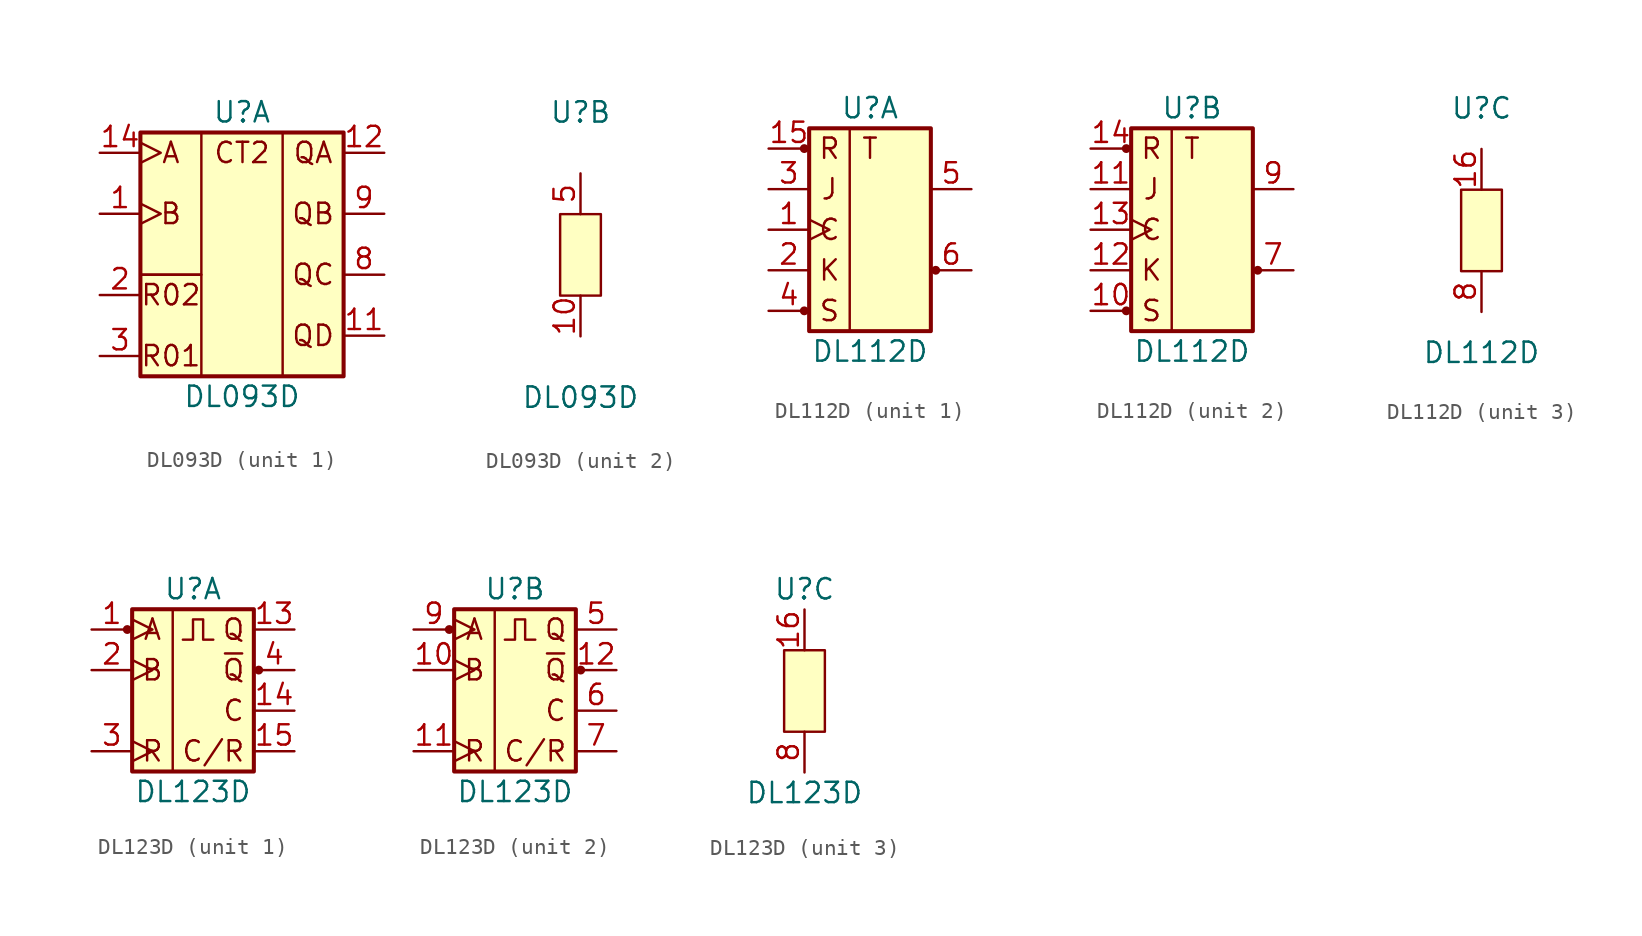
<source format=kicad_sym>
(kicad_symbol_lib
  (version 20211014)
  (generator kicad_symbol_editor)
  (symbol "DL093D"
    (pin_names
      (offset 1.016) hide)
    (property "Reference" "U"
      (at 0 8.89 0)
      (effects (font (size 1.27 1.27))))
    (property "Value" "DL093D"
      (at 0 -8.89 0)
      (effects (font (size 1.27 1.27))))
    (property "ki_locked" ""
      (at 0 0 0)
      (effects (font (size 1.27 1.27))))
    (symbol "DL093D_1_0"
      (text "A" (at -4.445 6.35 0) (effects (font (size 1.27 1.27))))
      (text "B" (at -4.445 2.54 0) (effects (font (size 1.27 1.27))))
      (text "CT2" (at 0 6.35 0) (effects (font (size 1.27 1.27))))
      (text "QA" (at 4.445 6.35 0) (effects (font (size 1.27 1.27))))
      (text "QB" (at 4.445 2.54 0) (effects (font (size 1.27 1.27))))
      (text "QC" (at 4.445 -1.27 0) (effects (font (size 1.27 1.27))))
      (text "QD" (at 4.445 -5.08 0) (effects (font (size 1.27 1.27))))
      (text "R01" (at -4.445 -6.35 0) (effects (font (size 1.27 1.27))))
      (text "R02" (at -4.445 -2.54 0) (effects (font (size 1.27 1.27)))))
    (symbol "DL093D_1_1"
      (rectangle (start -6.35 -1.27) (end -2.54 -7.62) (stroke (width 0) (type default) (color 0 0 0 0)) (fill (type none)))
      (rectangle (start -6.35 7.62) (end -2.54 -1.27) (stroke (width 0) (type default) (color 0 0 0 0)) (fill (type none)))
      (rectangle (start -6.35 7.62) (end 6.35 -7.62) (stroke (width 0.254) (type default) (color 0 0 0 0)) (fill (type background)))
      (rectangle (start 2.54 7.62) (end 6.35 -7.62) (stroke (width 0) (type default) (color 0 0 0 0)) (fill (type none)))
      (pin input clock (at -8.89 2.54 0) (length 2.54) (name "B" (effects (font (size 1.27 1.27)))) (number "1" (effects (font (size 1.27 1.27)))))
      (pin output line (at 8.89 -5.08 180) (length 2.54) (name "QD" (effects (font (size 1.27 1.27)))) (number "11" (effects (font (size 1.27 1.27)))))
      (pin output line (at 8.89 6.35 180) (length 2.54) (name "QA" (effects (font (size 1.27 1.27)))) (number "12" (effects (font (size 1.27 1.27)))))
      (pin no_connect line (at 6.35 0 180) (length 0) hide (name "n.c." (effects (font (size 1.27 1.27)))) (number "13" (effects (font (size 1.27 1.27)))))
      (pin input clock (at -8.89 6.35 0) (length 2.54) (name "A" (effects (font (size 1.27 1.27)))) (number "14" (effects (font (size 1.27 1.27)))))
      (pin input line (at -8.89 -2.54 0) (length 2.54) (name "R01" (effects (font (size 1.27 1.27)))) (number "2" (effects (font (size 1.27 1.27)))))
      (pin input line (at -8.89 -6.35 0) (length 2.54) (name "R02" (effects (font (size 1.27 1.27)))) (number "3" (effects (font (size 1.27 1.27)))))
      (pin no_connect line (at -6.35 3.81 0) (length 0) hide (name "n.c." (effects (font (size 1.27 1.27)))) (number "4" (effects (font (size 1.27 1.27)))))
      (pin no_connect line (at -6.35 0 0) (length 0) hide (name "n.c." (effects (font (size 1.27 1.27)))) (number "6" (effects (font (size 1.27 1.27)))))
      (pin no_connect line (at 6.35 3.81 180) (length 0) hide (name "n.c." (effects (font (size 1.27 1.27)))) (number "7" (effects (font (size 1.27 1.27)))))
      (pin output line (at 8.89 -1.27 180) (length 2.54) (name "QC" (effects (font (size 1.27 1.27)))) (number "8" (effects (font (size 1.27 1.27)))))
      (pin output line (at 8.89 2.54 180) (length 2.54) (name "QB" (effects (font (size 1.27 1.27)))) (number "9" (effects (font (size 1.27 1.27))))))
    (symbol "DL093D_2_1"
      (rectangle (start -1.27 2.54) (end 1.27 -2.54) (stroke (width 0) (type default) (color 0 0 0 0)) (fill (type background)))
      (pin power_in line (at 0 -5.08 90) (length 2.54) (name "GND" (effects (font (size 1.27 1.27)))) (number "10" (effects (font (size 1.27 1.27)))))
      (pin power_in line (at 0 5.08 270) (length 2.54) (name "Vcc" (effects (font (size 1.27 1.27)))) (number "5" (effects (font (size 1.27 1.27)))))))
  (symbol "DL112D"
    (pin_names
      (offset 1.016) hide)
    (property "Reference" "U"
      (at 0 7.62 0)
      (effects (font (size 1.27 1.27))))
    (property "Value" "DL112D"
      (at 0 -7.62 0)
      (effects (font (size 1.27 1.27))))
    (property "ki_locked" ""
      (at 0 0 0)
      (effects (font (size 1.27 1.27))))
    (symbol "DL112D_1_1"
      (circle (center -4.115 -5.08) (radius 0.203) (stroke (width 0) (type default) (color 0 0 0 0)) (fill (type outline)))
      (circle (center -4.115 5.08) (radius 0.203) (stroke (width 0) (type default) (color 0 0 0 0)) (fill (type outline)))
      (rectangle (start -3.81 6.35) (end -1.27 -6.35) (stroke (width 0) (type default) (color 0 0 0 0)) (fill (type none)))
      (rectangle (start -3.81 6.35) (end 3.81 -6.35) (stroke (width 0.254) (type default) (color 0 0 0 0)) (fill (type background)))
      (circle (center 4.115 -2.54) (radius 0.203) (stroke (width 0) (type default) (color 0 0 0 0)) (fill (type outline)))
      (text "C" (at -2.54 0 0) (effects (font (size 1.27 1.27))))
      (text "J" (at -2.54 2.54 0) (effects (font (size 1.27 1.27))))
      (text "K" (at -2.54 -2.54 0) (effects (font (size 1.27 1.27))))
      (text "R" (at -2.54 5.08 0) (effects (font (size 1.27 1.27))))
      (text "S" (at -2.54 -5.08 0) (effects (font (size 1.27 1.27))))
      (text "T" (at 0 5.08 0) (effects (font (size 1.27 1.27))))
      (pin input clock (at -6.35 0 0) (length 2.54) (name "C1" (effects (font (size 1.27 1.27)))) (number "1" (effects (font (size 1.27 1.27)))))
      (pin input line (at -6.35 5.08 0) (length 2.54) (name "R1" (effects (font (size 1.27 1.27)))) (number "15" (effects (font (size 1.27 1.27)))))
      (pin input line (at -6.35 -2.54 0) (length 2.54) (name "K1" (effects (font (size 1.27 1.27)))) (number "2" (effects (font (size 1.27 1.27)))))
      (pin input line (at -6.35 2.54 0) (length 2.54) (name "J1" (effects (font (size 1.27 1.27)))) (number "3" (effects (font (size 1.27 1.27)))))
      (pin input line (at -6.35 -5.08 0) (length 2.54) (name "S1" (effects (font (size 1.27 1.27)))) (number "4" (effects (font (size 1.27 1.27)))))
      (pin output line (at 6.35 2.54 180) (length 2.54) (name "Q1" (effects (font (size 1.27 1.27)))) (number "5" (effects (font (size 1.27 1.27)))))
      (pin output line (at 6.35 -2.54 180) (length 2.54) (name "/Q1" (effects (font (size 1.27 1.27)))) (number "6" (effects (font (size 1.27 1.27))))))
    (symbol "DL112D_2_1"
      (circle (center -4.115 -5.08) (radius 0.203) (stroke (width 0) (type default) (color 0 0 0 0)) (fill (type outline)))
      (circle (center -4.115 5.08) (radius 0.203) (stroke (width 0) (type default) (color 0 0 0 0)) (fill (type outline)))
      (rectangle (start -3.81 6.35) (end -1.27 -6.35) (stroke (width 0) (type default) (color 0 0 0 0)) (fill (type none)))
      (rectangle (start -3.81 6.35) (end 3.81 -6.35) (stroke (width 0.254) (type default) (color 0 0 0 0)) (fill (type background)))
      (circle (center 4.115 -2.54) (radius 0.203) (stroke (width 0) (type default) (color 0 0 0 0)) (fill (type outline)))
      (text "C" (at -2.54 0 0) (effects (font (size 1.27 1.27))))
      (text "J" (at -2.54 2.54 0) (effects (font (size 1.27 1.27))))
      (text "K" (at -2.54 -2.54 0) (effects (font (size 1.27 1.27))))
      (text "R" (at -2.54 5.08 0) (effects (font (size 1.27 1.27))))
      (text "S" (at -2.54 -5.08 0) (effects (font (size 1.27 1.27))))
      (text "T" (at 0 5.08 0) (effects (font (size 1.27 1.27))))
      (pin input line (at -6.35 -5.08 0) (length 2.54) (name "S2" (effects (font (size 1.27 1.27)))) (number "10" (effects (font (size 1.27 1.27)))))
      (pin input line (at -6.35 2.54 0) (length 2.54) (name "J2" (effects (font (size 1.27 1.27)))) (number "11" (effects (font (size 1.27 1.27)))))
      (pin input line (at -6.35 -2.54 0) (length 2.54) (name "K2" (effects (font (size 1.27 1.27)))) (number "12" (effects (font (size 1.27 1.27)))))
      (pin input clock (at -6.35 0 0) (length 2.54) (name "C2" (effects (font (size 1.27 1.27)))) (number "13" (effects (font (size 1.27 1.27)))))
      (pin input line (at -6.35 5.08 0) (length 2.54) (name "R2" (effects (font (size 1.27 1.27)))) (number "14" (effects (font (size 1.27 1.27)))))
      (pin output line (at 6.35 -2.54 180) (length 2.54) (name "/Q2" (effects (font (size 1.27 1.27)))) (number "7" (effects (font (size 1.27 1.27)))))
      (pin output line (at 6.35 2.54 180) (length 2.54) (name "Q2" (effects (font (size 1.27 1.27)))) (number "9" (effects (font (size 1.27 1.27))))))
    (symbol "DL112D_3_1"
      (rectangle (start -1.27 2.54) (end 1.27 -2.54) (stroke (width 0) (type default) (color 0 0 0 0)) (fill (type background)))
      (pin power_in line (at 0 5.08 270) (length 2.54) (name "Vcc" (effects (font (size 1.27 1.27)))) (number "16" (effects (font (size 1.27 1.27)))))
      (pin power_in line (at 0 -5.08 90) (length 2.54) (name "GND" (effects (font (size 1.27 1.27)))) (number "8" (effects (font (size 1.27 1.27)))))))
  (symbol "DL123D"
    (pin_names
      (offset 1.016) hide)
    (property "Reference" "U"
      (at 0 6.35 0)
      (effects (font (size 1.27 1.27))))
    (property "Value" "DL123D"
      (at 0 -6.35 0)
      (effects (font (size 1.27 1.27))))
    (property "ki_locked" ""
      (at 0 0 0)
      (effects (font (size 1.27 1.27))))
    (symbol "DL123D_1_1"
      (circle (center -4.115 3.81) (radius 0.203) (stroke (width 0) (type default) (color 0 0 0 0)) (fill (type outline)))
      (rectangle (start -3.81 5.08) (end -1.27 -5.08) (stroke (width 0) (type default) (color 0 0 0 0)) (fill (type none)))
      (rectangle (start -3.81 5.08) (end 3.81 -5.08) (stroke (width 0.254) (type default) (color 0 0 0 0)) (fill (type background)))
      (polyline (pts (xy -0.635 3.175) (xy 0 3.175) (xy 0 4.445) (xy 0.635 4.445) (xy 0.635 3.175) (xy 1.27 3.175)) (stroke (width 0.152) (type default) (color 0 0 0 0)) (fill (type none)))
      (circle (center 4.115 1.27) (radius 0.203) (stroke (width 0) (type default) (color 0 0 0 0)) (fill (type outline)))
      (text "A" (at -2.54 3.81 0) (effects (font (size 1.27 1.27))))
      (text "B" (at -2.54 1.27 0) (effects (font (size 1.27 1.27))))
      (text "C" (at 2.54 -1.27 0) (effects (font (size 1.27 1.27))))
      (text "C/R" (at 1.27 -3.81 0) (effects (font (size 1.27 1.27))))
      (text "Q" (at 2.54 3.81 0) (effects (font (size 1.27 1.27))))
      (text "R" (at -2.54 -3.81 0) (effects (font (size 1.27 1.27))))
      (text "~{Q}" (at 2.54 1.27 0) (effects (font (size 1.27 1.27))))
      (pin input clock (at -6.35 3.81 0) (length 2.54) (name "A1" (effects (font (size 1.27 1.27)))) (number "1" (effects (font (size 1.27 1.27)))))
      (pin output line (at 6.35 3.81 180) (length 2.54) (name "Q1" (effects (font (size 1.27 1.27)))) (number "13" (effects (font (size 1.27 1.27)))))
      (pin passive line (at 6.35 -1.27 180) (length 2.54) (name "Cext1" (effects (font (size 1.27 1.27)))) (number "14" (effects (font (size 1.27 1.27)))))
      (pin passive line (at 6.35 -3.81 180) (length 2.54) (name "CRext1" (effects (font (size 1.27 1.27)))) (number "15" (effects (font (size 1.27 1.27)))))
      (pin input clock (at -6.35 1.27 0) (length 2.54) (name "B1" (effects (font (size 1.27 1.27)))) (number "2" (effects (font (size 1.27 1.27)))))
      (pin input clock (at -6.35 -3.81 0) (length 2.54) (name "R1" (effects (font (size 1.27 1.27)))) (number "3" (effects (font (size 1.27 1.27)))))
      (pin output line (at 6.35 1.27 180) (length 2.54) (name "~{Q1}" (effects (font (size 1.27 1.27)))) (number "4" (effects (font (size 1.27 1.27))))))
    (symbol "DL123D_2_1"
      (circle (center -4.115 3.81) (radius 0.203) (stroke (width 0) (type default) (color 0 0 0 0)) (fill (type outline)))
      (rectangle (start -3.81 5.08) (end -1.27 -5.08) (stroke (width 0) (type default) (color 0 0 0 0)) (fill (type none)))
      (rectangle (start -3.81 5.08) (end 3.81 -5.08) (stroke (width 0.254) (type default) (color 0 0 0 0)) (fill (type background)))
      (polyline (pts (xy -0.635 3.175) (xy 0 3.175) (xy 0 4.445) (xy 0.635 4.445) (xy 0.635 3.175) (xy 1.27 3.175)) (stroke (width 0.152) (type default) (color 0 0 0 0)) (fill (type none)))
      (circle (center 4.115 1.27) (radius 0.203) (stroke (width 0) (type default) (color 0 0 0 0)) (fill (type outline)))
      (text "A" (at -2.54 3.81 0) (effects (font (size 1.27 1.27))))
      (text "B" (at -2.54 1.27 0) (effects (font (size 1.27 1.27))))
      (text "C" (at 2.54 -1.27 0) (effects (font (size 1.27 1.27))))
      (text "C/R" (at 1.27 -3.81 0) (effects (font (size 1.27 1.27))))
      (text "Q" (at 2.54 3.81 0) (effects (font (size 1.27 1.27))))
      (text "R" (at -2.54 -3.81 0) (effects (font (size 1.27 1.27))))
      (text "~{Q}" (at 2.54 1.27 0) (effects (font (size 1.27 1.27))))
      (pin input clock (at -6.35 1.27 0) (length 2.54) (name "B2" (effects (font (size 1.27 1.27)))) (number "10" (effects (font (size 1.27 1.27)))))
      (pin input clock (at -6.35 -3.81 0) (length 2.54) (name "R2" (effects (font (size 1.27 1.27)))) (number "11" (effects (font (size 1.27 1.27)))))
      (pin output line (at 6.35 1.27 180) (length 2.54) (name "~(Q2)" (effects (font (size 1.27 1.27)))) (number "12" (effects (font (size 1.27 1.27)))))
      (pin output line (at 6.35 3.81 180) (length 2.54) (name "Q2" (effects (font (size 1.27 1.27)))) (number "5" (effects (font (size 1.27 1.27)))))
      (pin passive line (at 6.35 -1.27 180) (length 2.54) (name "Cext2" (effects (font (size 1.27 1.27)))) (number "6" (effects (font (size 1.27 1.27)))))
      (pin passive line (at 6.35 -3.81 180) (length 2.54) (name "CRext2" (effects (font (size 1.27 1.27)))) (number "7" (effects (font (size 1.27 1.27)))))
      (pin input clock (at -6.35 3.81 0) (length 2.54) (name "A2" (effects (font (size 1.27 1.27)))) (number "9" (effects (font (size 1.27 1.27))))))
    (symbol "DL123D_3_1"
      (rectangle (start -1.27 2.54) (end 1.27 -2.54) (stroke (width 0) (type default) (color 0 0 0 0)) (fill (type background)))
      (pin power_in line (at 0 5.08 270) (length 2.54) (name "Vcc" (effects (font (size 1.27 1.27)))) (number "16" (effects (font (size 1.27 1.27)))))
      (pin power_in line (at 0 -5.08 90) (length 2.54) (name "GND" (effects (font (size 1.27 1.27)))) (number "8" (effects (font (size 1.27 1.27))))))))
</source>
